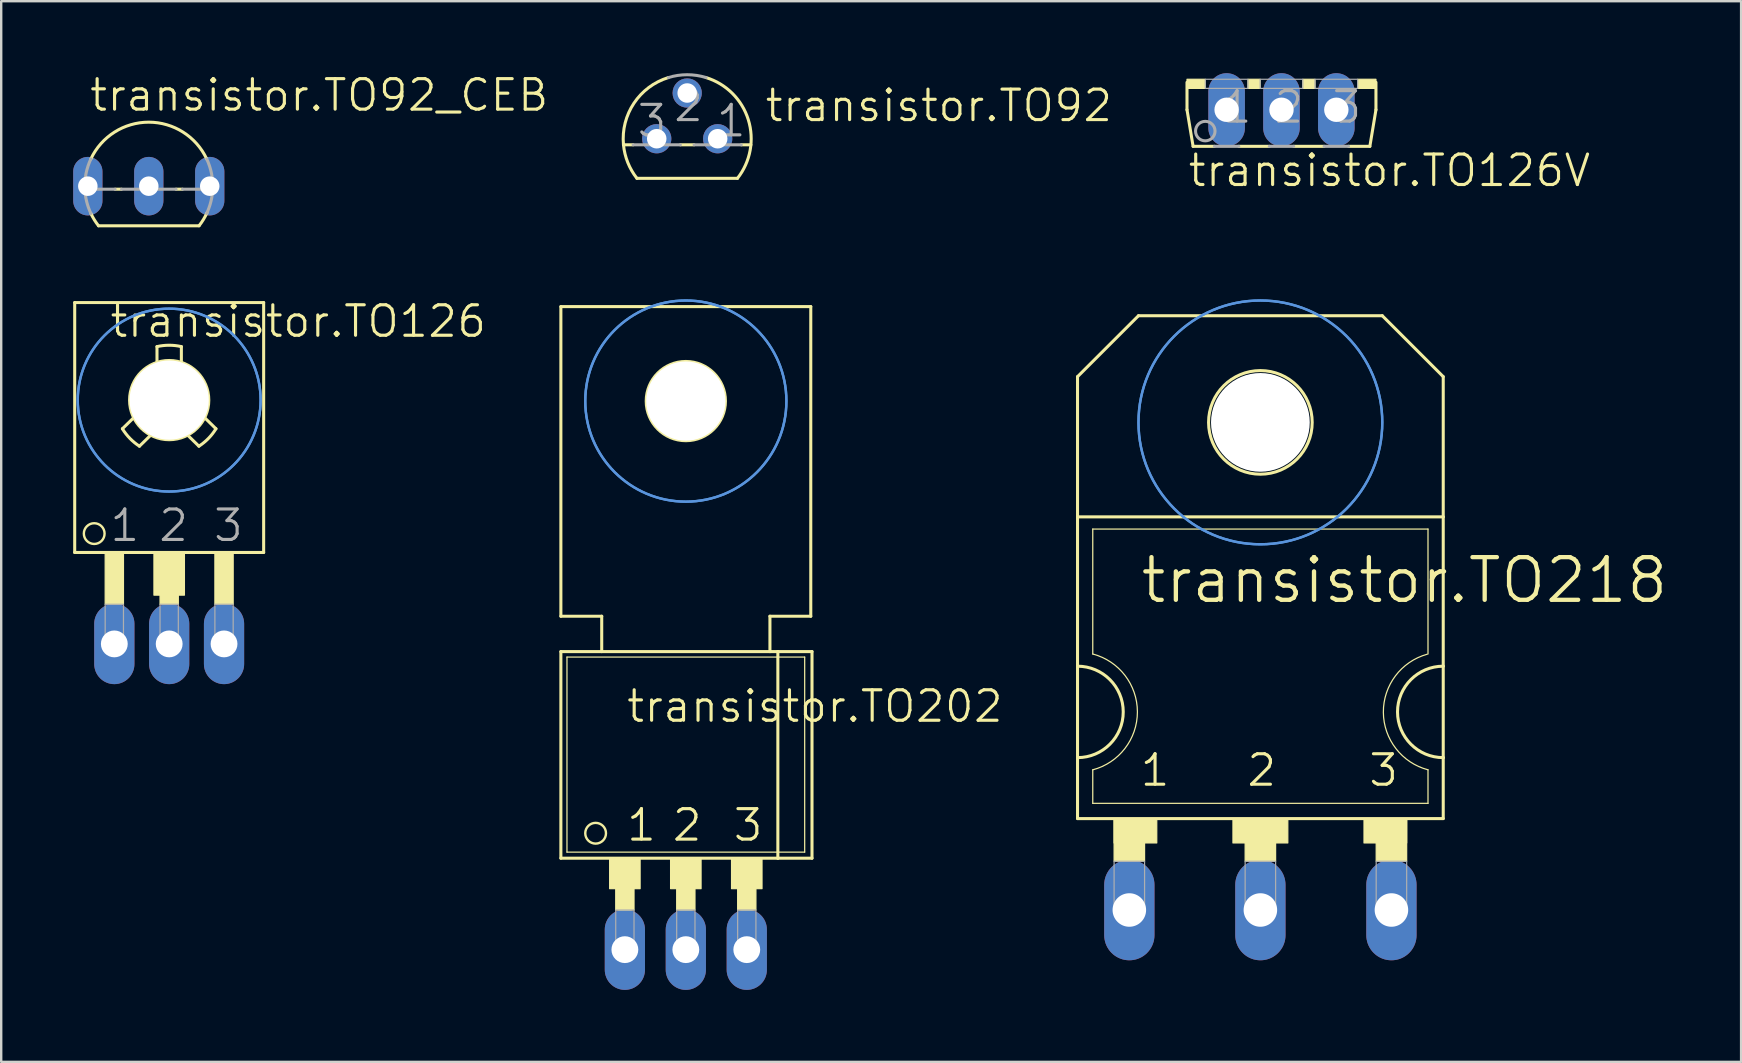
<source format=kicad_pcb>
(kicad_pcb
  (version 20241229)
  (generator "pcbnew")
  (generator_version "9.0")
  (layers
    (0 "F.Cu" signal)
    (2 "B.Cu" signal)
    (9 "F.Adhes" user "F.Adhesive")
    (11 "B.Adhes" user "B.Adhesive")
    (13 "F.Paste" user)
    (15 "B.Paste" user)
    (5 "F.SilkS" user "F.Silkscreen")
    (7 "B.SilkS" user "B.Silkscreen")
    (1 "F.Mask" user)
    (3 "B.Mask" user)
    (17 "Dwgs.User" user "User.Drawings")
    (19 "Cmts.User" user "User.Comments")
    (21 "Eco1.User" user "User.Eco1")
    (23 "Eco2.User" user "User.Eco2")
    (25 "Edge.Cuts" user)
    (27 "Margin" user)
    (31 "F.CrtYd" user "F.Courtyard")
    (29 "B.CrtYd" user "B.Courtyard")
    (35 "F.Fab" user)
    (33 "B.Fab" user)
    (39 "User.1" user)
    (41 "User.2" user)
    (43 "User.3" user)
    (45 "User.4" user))
  (footprint "transistor.TO202"
    (layer "F.Cu")
    (at 25.53 31.444)
    (property "Reference" "transistor.TO202" (at -2.54 -4.318 0) (layer "F.SilkS") (effects (font (size 1.27 1.27) (thickness 0.13)) (justify left bottom)))
    (attr through_hole)
    (fp_line (start -5.207 -21.717) (end -5.207 -8.814) (stroke (width 0.127) (type default)) (layer "F.SilkS"))
    (fp_line (start -5.207 -7.341) (end -3.505 -7.341) (stroke (width 0.127) (type default)) (layer "F.SilkS"))
    (fp_line (start -5.207 1.27) (end -5.207 -7.341) (stroke (width 0.127) (type default)) (layer "F.SilkS"))
    (fp_line (start -5.207 1.27) (end 3.835 1.27) (stroke (width 0.127) (type default)) (layer "F.SilkS"))
    (fp_line (start -4.953 1.016) (end -4.953 -7.112) (stroke (width 0.051) (type default)) (layer "F.SilkS"))
    (fp_line (start -4.953 1.016) (end 4.953 1.016) (stroke (width 0.051) (type default)) (layer "F.SilkS"))
    (fp_line (start -3.505 -8.814) (end -5.207 -8.814) (stroke (width 0.127) (type default)) (layer "F.SilkS"))
    (fp_line (start -3.505 -7.341) (end -3.505 -8.814) (stroke (width 0.127) (type default)) (layer "F.SilkS"))
    (fp_line (start -3.505 -7.341) (end 3.505 -7.341) (stroke (width 0.127) (type default)) (layer "F.SilkS"))
    (fp_line (start 3.505 -8.814) (end 3.505 -7.341) (stroke (width 0.127) (type default)) (layer "F.SilkS"))
    (fp_line (start 3.505 -7.341) (end 3.835 -7.341) (stroke (width 0.127) (type default)) (layer "F.SilkS"))
    (fp_line (start 3.835 -7.341) (end 5.258 -7.341) (stroke (width 0.127) (type default)) (layer "F.SilkS"))
    (fp_line (start 3.835 1.27) (end 3.835 -7.341) (stroke (width 0.127) (type default)) (layer "F.SilkS"))
    (fp_line (start 3.835 1.27) (end 5.258 1.27) (stroke (width 0.127) (type default)) (layer "F.SilkS"))
    (fp_line (start 4.953 -7.112) (end -4.953 -7.112) (stroke (width 0.051) (type default)) (layer "F.SilkS"))
    (fp_line (start 4.953 -7.112) (end 4.953 1.016) (stroke (width 0.051) (type default)) (layer "F.SilkS"))
    (fp_line (start 5.207 -21.717) (end -5.207 -21.717) (stroke (width 0.127) (type default)) (layer "F.SilkS"))
    (fp_line (start 5.207 -21.717) (end 5.207 -8.814) (stroke (width 0.127) (type default)) (layer "F.SilkS"))
    (fp_line (start 5.207 -8.814) (end 3.505 -8.814) (stroke (width 0.127) (type default)) (layer "F.SilkS"))
    (fp_line (start 5.258 1.27) (end 5.258 -7.341) (stroke (width 0.127) (type default)) (layer "F.SilkS"))
    (fp_rect (start -3.175 2.54) (end -1.905 1.27) (stroke (width 0.05) (type default)) (fill yes) (layer "F.SilkS"))
    (fp_rect (start -2.921 3.429) (end -2.159 2.54) (stroke (width 0.05) (type default)) (fill yes) (layer "F.SilkS"))
    (fp_rect (start -0.635 2.54) (end 0.635 1.27) (stroke (width 0.05) (type default)) (fill yes) (layer "F.SilkS"))
    (fp_rect (start -0.381 3.429) (end 0.381 2.54) (stroke (width 0.05) (type default)) (fill yes) (layer "F.SilkS"))
    (fp_rect (start 1.905 2.54) (end 3.175 1.27) (stroke (width 0.05) (type default)) (fill yes) (layer "F.SilkS"))
    (fp_rect (start 2.159 3.429) (end 2.921 2.54) (stroke (width 0.05) (type default)) (fill yes) (layer "F.SilkS"))
    (fp_circle (center -3.759 0.229) (end -3.327 0.229) (stroke (width 0.1) (type default)) (fill no) (layer "F.SilkS"))
    (fp_circle (center 0 -17.78) (end 1.651 -17.78) (stroke (width 0.127) (type default)) (fill no) (layer "F.SilkS"))
    (fp_circle (center 0 -17.78) (end 4.191 -17.78) (stroke (width 0.1) (type default)) (fill no) (layer "Cmts.User"))
    (fp_circle (center 0 -17.78) (end 4.191 -17.78) (stroke (width 0.1) (type default)) (fill no) (layer "Cmts.User"))
    (fp_rect (start -2.921 5.08) (end -2.159 3.429) (stroke (width 0.05) (type default)) (fill no) (layer "F.Fab"))
    (fp_rect (start -0.381 5.08) (end 0.381 3.429) (stroke (width 0.05) (type default)) (fill no) (layer "F.Fab"))
    (fp_rect (start 2.159 5.08) (end 2.921 3.429) (stroke (width 0.05) (type default)) (fill no) (layer "F.Fab"))
    (fp_text user "2" (at -0.635 0.635 0) (layer "F.SilkS") (effects (font (size 1.27 1.27) (thickness 0.13)) (justify left bottom)))
    (fp_text user "1" (at -2.54 0.635 0) (layer "F.SilkS") (effects (font (size 1.27 1.27) (thickness 0.13)) (justify left bottom)))
    (fp_text user "3" (at 1.905 0.635 0) (layer "F.SilkS") (effects (font (size 1.27 1.27) (thickness 0.13)) (justify left bottom)))
    (pad "" np_thru_hole circle (at 0 -17.78) (size 3.302 3.302) (drill 3.302) (layers "*.Cu" "*.Mask"))
    (pad "1" thru_hole oval (at -2.54 5.08 90) (size 3.353 1.676) (drill 1.118) (layers "*.Cu" "*.Mask"))
    (pad "2" thru_hole oval (at 0 5.08 90) (size 3.353 1.676) (drill 1.118) (layers "*.Cu" "*.Mask"))
    (pad "3" thru_hole oval (at 2.54 5.08 90) (size 3.353 1.676) (drill 1.118) (layers "*.Cu" "*.Mask")))
  (footprint "transistor.TO92"
    (layer "F.Cu")
    (at 25.587 2.731)
    (property "Reference" "transistor.TO92" (at 3.175 -0.635 0) (layer "F.SilkS") (effects (font (size 1.27 1.27) (thickness 0.13)) (justify left bottom)))
    (attr through_hole)
    (fp_line (start -2.655 0.254) (end -2.254 0.254) (stroke (width 0.127) (type default)) (layer "F.SilkS"))
    (fp_line (start -2.095 1.651) (end 2.095 1.651) (stroke (width 0.127) (type default)) (layer "F.SilkS"))
    (fp_line (start -0.286 0.254) (end 0.286 0.254) (stroke (width 0.127) (type default)) (layer "F.SilkS"))
    (fp_line (start 2.254 0.254) (end 2.655 0.254) (stroke (width 0.127) (type default)) (layer "F.SilkS"))
    (fp_arc (start -2.6549 0.254) (mid -2.219001 -1.479565) (end -0.7863 -2.5485) (stroke (width 0.127) (type default)) (layer "F.SilkS"))
    (fp_arc (start -2.0946 1.651) (mid -2.475346 0.992847) (end -2.6549 0.254) (stroke (width 0.127) (type default)) (layer "F.SilkS"))
    (fp_arc (start 0.7863 -2.5484) (mid 2.546276 -0.793203) (end 2.0945 1.651) (stroke (width 0.127) (type default)) (layer "F.SilkS"))
    (fp_line (start -2.254 0.254) (end -0.286 0.254) (stroke (width 0.127) (type default)) (layer "F.Fab"))
    (fp_line (start 0.286 0.254) (end 2.254 0.254) (stroke (width 0.127) (type default)) (layer "F.Fab"))
    (fp_arc (start -0.7863 -2.5485) (mid 0 -2.667043) (end 0.7863 -2.5485) (stroke (width 0.127) (type default)) (layer "F.Fab"))
    (fp_text user "2" (at -0.635 -0.635 0) (layer "F.Fab") (effects (font (size 1.27 1.27) (thickness 0.13)) (justify left bottom)))
    (fp_text user "1" (at 1.143 0 0) (layer "F.Fab") (effects (font (size 1.27 1.27) (thickness 0.13)) (justify left bottom)))
    (fp_text user "3" (at -2.159 0 0) (layer "F.Fab") (effects (font (size 1.27 1.27) (thickness 0.13)) (justify left bottom)))
    (pad "1" thru_hole circle (at 1.27 0) (size 1.219 1.219) (drill 0.813) (layers "*.Cu" "*.Mask"))
    (pad "2" thru_hole circle (at 0 -1.905) (size 1.219 1.219) (drill 0.813) (layers "*.Cu" "*.Mask"))
    (pad "3" thru_hole circle (at -1.27 0) (size 1.219 1.219) (drill 0.813) (layers "*.Cu" "*.Mask")))
  (footprint "transistor.TO92_CEB"
    (layer "F.Cu")
    (at 3.15 4.708)
    (property "Reference" "transistor.TO92_CEB" (at -2.54 -3.048 0) (layer "F.SilkS") (effects (font (size 1.27 1.27) (thickness 0.13)) (justify left bottom)))
    (attr through_hole)
    (fp_line (start -2.095 1.651) (end 2.095 1.651) (stroke (width 0.127) (type default)) (layer "F.SilkS"))
    (fp_line (start -1.136 0.127) (end -1.404 0.127) (stroke (width 0.127) (type default)) (layer "F.SilkS"))
    (fp_line (start 1.404 0.127) (end 1.136 0.127) (stroke (width 0.127) (type default)) (layer "F.SilkS"))
    (fp_arc (start -2.413 -1.1359) (mid 0 -2.666985) (end 2.413 -1.1359) (stroke (width 0.127) (type default)) (layer "F.SilkS"))
    (fp_arc (start -2.095 1.651) (mid -2.268918 1.40252) (end -2.4135 1.1359) (stroke (width 0.127) (type default)) (layer "F.SilkS"))
    (fp_arc (start 2.4247 1.1118) (mid 2.275878 1.391201) (end 2.095 1.651) (stroke (width 0.127) (type default)) (layer "F.SilkS"))
    (fp_line (start -1.404 0.127) (end -2.664 0.127) (stroke (width 0.127) (type default)) (layer "F.Fab"))
    (fp_line (start 1.136 0.127) (end -1.136 0.127) (stroke (width 0.127) (type default)) (layer "F.Fab"))
    (fp_line (start 2.664 0.127) (end 1.404 0.127) (stroke (width 0.127) (type default)) (layer "F.Fab"))
    (fp_arc (start -2.664 0.127) (mid -2.615858 -0.519825) (end -2.413 -1.1359) (stroke (width 0.127) (type default)) (layer "F.Fab"))
    (fp_arc (start -2.413 1.1359) (mid -2.588137 0.643799) (end -2.664 0.127) (stroke (width 0.127) (type default)) (layer "F.Fab"))
    (fp_arc (start 2.413 -1.1359) (mid 2.615858 -0.519825) (end 2.664 0.127) (stroke (width 0.127) (type default)) (layer "F.Fab"))
    (fp_arc (start 2.664 0.127) (mid 2.588137 0.643799) (end 2.413 1.1359) (stroke (width 0.127) (type default)) (layer "F.Fab"))
    (pad "B" thru_hole oval (at 2.54 0 90) (size 2.438 1.219) (drill 0.813) (layers "*.Cu" "*.Mask"))
    (pad "C" thru_hole oval (at -2.54 0 90) (size 2.438 1.219) (drill 0.813) (layers "*.Cu" "*.Mask"))
    (pad "E" thru_hole oval (at 0 0 90) (size 2.438 1.219) (drill 0.813) (layers "*.Cu" "*.Mask")))
  (footprint "transistor.TO126V"
    (layer "F.Cu")
    (at 50.352 0.254)
    (property "Reference" "transistor.TO126V" (at -3.962 4.547 0) (layer "F.SilkS") (effects (font (size 1.27 1.27) (thickness 0.13)) (justify left bottom)))
    (attr through_hole)
    (fp_line (start -3.937 0.127) (end -3.937 1.27) (stroke (width 0.127) (type default)) (layer "F.SilkS"))
    (fp_line (start -3.937 1.27) (end -3.683 2.794) (stroke (width 0.127) (type default)) (layer "F.SilkS"))
    (fp_line (start -3.683 2.794) (end -2.794 2.794) (stroke (width 0.127) (type default)) (layer "F.SilkS"))
    (fp_line (start -1.778 2.794) (end -0.508 2.794) (stroke (width 0.127) (type default)) (layer "F.SilkS"))
    (fp_line (start 0.508 2.794) (end 1.778 2.794) (stroke (width 0.127) (type default)) (layer "F.SilkS"))
    (fp_line (start 2.794 2.794) (end 3.683 2.794) (stroke (width 0.127) (type default)) (layer "F.SilkS"))
    (fp_line (start 3.683 2.794) (end 3.937 1.27) (stroke (width 0.127) (type default)) (layer "F.SilkS"))
    (fp_line (start 3.937 1.27) (end 3.937 0.127) (stroke (width 0.127) (type default)) (layer "F.SilkS"))
    (fp_rect (start -3.937 0.381) (end -3.175 0) (stroke (width 0.05) (type default)) (fill yes) (layer "F.SilkS"))
    (fp_rect (start -1.397 0.381) (end -0.889 0) (stroke (width 0.05) (type default)) (fill yes) (layer "F.SilkS"))
    (fp_rect (start 0.889 0.381) (end 1.397 0) (stroke (width 0.05) (type default)) (fill yes) (layer "F.SilkS"))
    (fp_rect (start 3.175 0.381) (end 3.937 0) (stroke (width 0.05) (type default)) (fill yes) (layer "F.SilkS"))
    (fp_line (start -2.794 2.794) (end -1.778 2.794) (stroke (width 0.127) (type default)) (layer "F.Fab"))
    (fp_line (start -0.508 2.794) (end 0.508 2.794) (stroke (width 0.127) (type default)) (layer "F.Fab"))
    (fp_line (start 1.778 2.794) (end 2.794 2.794) (stroke (width 0.127) (type default)) (layer "F.Fab"))
    (fp_rect (start -3.175 0.381) (end -1.397 0) (stroke (width 0.05) (type default)) (fill no) (layer "F.Fab"))
    (fp_rect (start -0.889 0.381) (end 0.889 0) (stroke (width 0.05) (type default)) (fill no) (layer "F.Fab"))
    (fp_rect (start 1.397 0.381) (end 3.175 0) (stroke (width 0.05) (type default)) (fill no) (layer "F.Fab"))
    (fp_circle (center -3.175 2.159) (end -2.769 2.159) (stroke (width 0.127) (type default)) (fill no) (layer "F.Fab"))
    (fp_text user "3" (at 2.032 1.905 0) (layer "F.Fab") (effects (font (size 1.27 1.27) (thickness 0.13)) (justify left bottom)))
    (fp_text user "1" (at -2.54 1.905 0) (layer "F.Fab") (effects (font (size 1.27 1.27) (thickness 0.13)) (justify left bottom)))
    (fp_text user "2" (at -0.381 1.905 0) (layer "F.Fab") (effects (font (size 1.27 1.27) (thickness 0.13)) (justify left bottom)))
    (pad "1" thru_hole oval (at -2.286 1.27 90) (size 3.048 1.524) (drill 1.016) (layers "*.Cu" "*.Mask"))
    (pad "2" thru_hole oval (at 0 1.27 90) (size 3.048 1.524) (drill 1.016) (layers "*.Cu" "*.Mask"))
    (pad "3" thru_hole oval (at 2.286 1.27 90) (size 3.048 1.524) (drill 1.016) (layers "*.Cu" "*.Mask")))
  (footprint "transistor.TO218"
    (layer "F.Cu")
    (at 49.473 24.712)
    (property "Reference" "transistor.TO218" (at -5.08 -2.54 0) (layer "F.SilkS") (effects (font (size 1.778 1.778) (thickness 0.18)) (justify left bottom)))
    (attr through_hole)
    (fp_line (start -7.62 -12.065) (end -7.62 -6.223) (stroke (width 0.127) (type default)) (layer "F.SilkS"))
    (fp_line (start -7.62 -12.065) (end -5.08 -14.605) (stroke (width 0.127) (type default)) (layer "F.SilkS"))
    (fp_line (start -7.62 0) (end -7.62 -6.223) (stroke (width 0.127) (type default)) (layer "F.SilkS"))
    (fp_line (start -7.62 3.81) (end -7.62 0) (stroke (width 0.127) (type default)) (layer "F.SilkS"))
    (fp_line (start -7.62 6.35) (end -7.62 3.81) (stroke (width 0.127) (type default)) (layer "F.SilkS"))
    (fp_line (start -7.62 6.35) (end 7.62 6.35) (stroke (width 0.127) (type default)) (layer "F.SilkS"))
    (fp_line (start -6.985 -0.508) (end -6.985 -5.715) (stroke (width 0.051) (type default)) (layer "F.SilkS"))
    (fp_line (start -6.985 5.715) (end -6.985 4.318) (stroke (width 0.051) (type default)) (layer "F.SilkS"))
    (fp_line (start -6.985 5.715) (end 6.985 5.715) (stroke (width 0.051) (type default)) (layer "F.SilkS"))
    (fp_line (start 5.08 -14.605) (end -5.08 -14.605) (stroke (width 0.127) (type default)) (layer "F.SilkS"))
    (fp_line (start 6.985 -5.715) (end -6.985 -5.715) (stroke (width 0.051) (type default)) (layer "F.SilkS"))
    (fp_line (start 6.985 -0.508) (end 6.985 -5.715) (stroke (width 0.051) (type default)) (layer "F.SilkS"))
    (fp_line (start 6.985 5.715) (end 6.985 4.318) (stroke (width 0.051) (type default)) (layer "F.SilkS"))
    (fp_line (start 7.62 -12.065) (end 5.08 -14.605) (stroke (width 0.127) (type default)) (layer "F.SilkS"))
    (fp_line (start 7.62 -12.065) (end 7.62 -6.223) (stroke (width 0.127) (type default)) (layer "F.SilkS"))
    (fp_line (start 7.62 -6.223) (end -7.62 -6.223) (stroke (width 0.127) (type default)) (layer "F.SilkS"))
    (fp_line (start 7.62 -6.223) (end 7.62 0) (stroke (width 0.127) (type default)) (layer "F.SilkS"))
    (fp_line (start 7.62 0) (end 7.62 3.81) (stroke (width 0.127) (type default)) (layer "F.SilkS"))
    (fp_line (start 7.62 3.81) (end 7.62 6.35) (stroke (width 0.127) (type default)) (layer "F.SilkS"))
    (fp_rect (start -6.096 7.366) (end -4.318 6.35) (stroke (width 0.05) (type default)) (fill yes) (layer "F.SilkS"))
    (fp_rect (start -6.096 8.128) (end -4.826 6.35) (stroke (width 0.05) (type default)) (fill yes) (layer "F.SilkS"))
    (fp_rect (start -1.143 7.366) (end 1.143 6.35) (stroke (width 0.05) (type default)) (fill yes) (layer "F.SilkS"))
    (fp_rect (start -0.635 8.128) (end 0.635 6.35) (stroke (width 0.05) (type default)) (fill yes) (layer "F.SilkS"))
    (fp_rect (start 4.318 7.366) (end 6.096 6.35) (stroke (width 0.05) (type default)) (fill yes) (layer "F.SilkS"))
    (fp_rect (start 4.826 8.128) (end 6.096 6.35) (stroke (width 0.05) (type default)) (fill yes) (layer "F.SilkS"))
    (fp_arc (start -7.62 0) (mid -5.715 1.905) (end -7.62 3.81) (stroke (width 0.127) (type default)) (layer "F.SilkS"))
    (fp_arc (start -6.985 -0.508) (mid -5.124844 1.905) (end -6.985 4.318) (stroke (width 0.0508) (type default)) (layer "F.SilkS"))
    (fp_arc (start 6.9851 4.3178) (mid 5.125035 1.921942) (end 6.9522 -0.4991) (stroke (width 0.0508) (type default)) (layer "F.SilkS"))
    (fp_arc (start 7.62 3.81) (mid 5.715 1.905) (end 7.62 0) (stroke (width 0.127) (type default)) (layer "F.SilkS"))
    (fp_circle (center 0 -10.16) (end 2.159 -10.16) (stroke (width 0.127) (type default)) (fill no) (layer "F.SilkS"))
    (fp_circle (center 0 -10.16) (end 5.08 -10.16) (stroke (width 0.1) (type default)) (fill no) (layer "Cmts.User"))
    (fp_circle (center 0 -10.16) (end 5.08 -10.16) (stroke (width 0.1) (type default)) (fill no) (layer "Cmts.User"))
    (fp_rect (start -6.096 10.287) (end -4.826 8.128) (stroke (width 0.05) (type default)) (fill no) (layer "F.Fab"))
    (fp_rect (start -0.635 10.287) (end 0.635 8.128) (stroke (width 0.05) (type default)) (fill no) (layer "F.Fab"))
    (fp_rect (start 4.826 10.287) (end 6.096 8.128) (stroke (width 0.05) (type default)) (fill no) (layer "F.Fab"))
    (fp_text user "3" (at 4.445 5.08 0) (layer "F.SilkS") (effects (font (size 1.27 1.27) (thickness 0.13)) (justify left bottom)))
    (fp_text user "1" (at -5.08 5.08 0) (layer "F.SilkS") (effects (font (size 1.27 1.27) (thickness 0.13)) (justify left bottom)))
    (fp_text user "2" (at -0.635 5.08 0) (layer "F.SilkS") (effects (font (size 1.27 1.27) (thickness 0.13)) (justify left bottom)))
    (pad "" np_thru_hole circle (at 0 -10.16) (size 4.115 4.115) (drill 4.115) (layers "*.Cu" "*.Mask"))
    (pad "1" thru_hole oval (at -5.461 10.16 90) (size 4.191 2.095) (drill 1.397) (layers "*.Cu" "*.Mask"))
    (pad "2" thru_hole oval (at 0 10.16 90) (size 4.191 2.095) (drill 1.397) (layers "*.Cu" "*.Mask"))
    (pad "3" thru_hole oval (at 5.461 10.16 90) (size 4.191 2.095) (drill 1.397) (layers "*.Cu" "*.Mask")))
  (footprint "transistor.TO126"
    (layer "F.Cu")
    (at 4 18.703)
    (property "Reference" "transistor.TO126" (at -2.54 -7.62 0) (layer "F.SilkS") (effects (font (size 1.27 1.27) (thickness 0.13)) (justify left bottom)))
    (attr through_hole)
    (fp_line (start -3.937 -9.144) (end 3.937 -9.144) (stroke (width 0.127) (type default)) (layer "F.SilkS"))
    (fp_line (start -3.937 1.27) (end -3.937 -9.144) (stroke (width 0.127) (type default)) (layer "F.SilkS"))
    (fp_line (start -3.937 1.27) (end 3.937 1.27) (stroke (width 0.127) (type default)) (layer "F.SilkS"))
    (fp_line (start -1.479 -4.346) (end -1.949 -3.886) (stroke (width 0.127) (type default)) (layer "F.SilkS"))
    (fp_line (start -0.769 -3.619) (end -1.239 -3.159) (stroke (width 0.127) (type default)) (layer "F.SilkS"))
    (fp_line (start -0.508 -6.651) (end -0.508 -7.309) (stroke (width 0.127) (type default)) (layer "F.SilkS"))
    (fp_line (start 0.508 -6.651) (end 0.508 -7.309) (stroke (width 0.127) (type default)) (layer "F.SilkS"))
    (fp_line (start 0.769 -3.619) (end 1.239 -3.159) (stroke (width 0.127) (type default)) (layer "F.SilkS"))
    (fp_line (start 1.479 -4.346) (end 1.949 -3.886) (stroke (width 0.127) (type default)) (layer "F.SilkS"))
    (fp_line (start 3.937 -9.144) (end 3.937 1.27) (stroke (width 0.127) (type default)) (layer "F.SilkS"))
    (fp_rect (start -2.667 3.429) (end -1.905 1.27) (stroke (width 0.05) (type default)) (fill yes) (layer "F.SilkS"))
    (fp_rect (start -0.635 3.048) (end 0.635 1.27) (stroke (width 0.05) (type default)) (fill yes) (layer "F.SilkS"))
    (fp_rect (start -0.381 3.429) (end 0.381 1.27) (stroke (width 0.05) (type default)) (fill yes) (layer "F.SilkS"))
    (fp_rect (start 1.905 3.429) (end 2.667 1.27) (stroke (width 0.05) (type default)) (fill yes) (layer "F.SilkS"))
    (fp_arc (start -1.2393 -3.1591) (mid -1.635181 -3.482509) (end -1.9493 -3.8858) (stroke (width 0.127) (type default)) (layer "F.SilkS"))
    (fp_arc (start -0.508 -7.3088) (mid 0 -7.36596) (end 0.508 -7.3088) (stroke (width 0.127) (type default)) (layer "F.SilkS"))
    (fp_arc (start 1.9493 -3.8858) (mid 1.635181 -3.482509) (end 1.2393 -3.1591) (stroke (width 0.127) (type default)) (layer "F.SilkS"))
    (fp_circle (center -3.124 0.483) (end -2.692 0.483) (stroke (width 0.1) (type default)) (fill no) (layer "F.SilkS"))
    (fp_circle (center 0 -5.08) (end 1.651 -5.08) (stroke (width 0.127) (type default)) (fill no) (layer "F.SilkS"))
    (fp_circle (center 0 -5.08) (end 3.81 -5.08) (stroke (width 0.1) (type default)) (fill no) (layer "Cmts.User"))
    (fp_circle (center 0 -5.08) (end 3.81 -5.08) (stroke (width 0.1) (type default)) (fill no) (layer "Cmts.User"))
    (fp_rect (start -2.667 5.207) (end -1.905 3.429) (stroke (width 0.05) (type default)) (fill no) (layer "F.Fab"))
    (fp_rect (start -0.381 5.207) (end 0.381 3.429) (stroke (width 0.05) (type default)) (fill no) (layer "F.Fab"))
    (fp_rect (start 1.905 5.207) (end 2.667 3.429) (stroke (width 0.05) (type default)) (fill no) (layer "F.Fab"))
    (fp_text user "2" (at -0.508 0.889 0) (layer "F.Fab") (effects (font (size 1.27 1.27) (thickness 0.13)) (justify left bottom)))
    (fp_text user "3" (at 1.778 0.889 0) (layer "F.Fab") (effects (font (size 1.27 1.27) (thickness 0.13)) (justify left bottom)))
    (fp_text user "1" (at -2.54 0.889 0) (layer "F.Fab") (effects (font (size 1.27 1.27) (thickness 0.13)) (justify left bottom)))
    (pad "" np_thru_hole circle (at 0 -5.08) (size 3.302 3.302) (drill 3.302) (layers "*.Cu" "*.Mask"))
    (pad "1" thru_hole oval (at -2.286 5.08 90) (size 3.353 1.676) (drill 1.118) (layers "*.Cu" "*.Mask"))
    (pad "2" thru_hole oval (at 0 5.08 90) (size 3.353 1.676) (drill 1.118) (layers "*.Cu" "*.Mask"))
    (pad "3" thru_hole oval (at 2.286 5.08 90) (size 3.353 1.676) (drill 1.118) (layers "*.Cu" "*.Mask")))
  (gr_rect
    (start -3 -3)
    (end 69.506 41.2)
    (stroke (width 0.1) (type default))
    (fill no)
    (layer "Edge.Cuts")))
</source>
